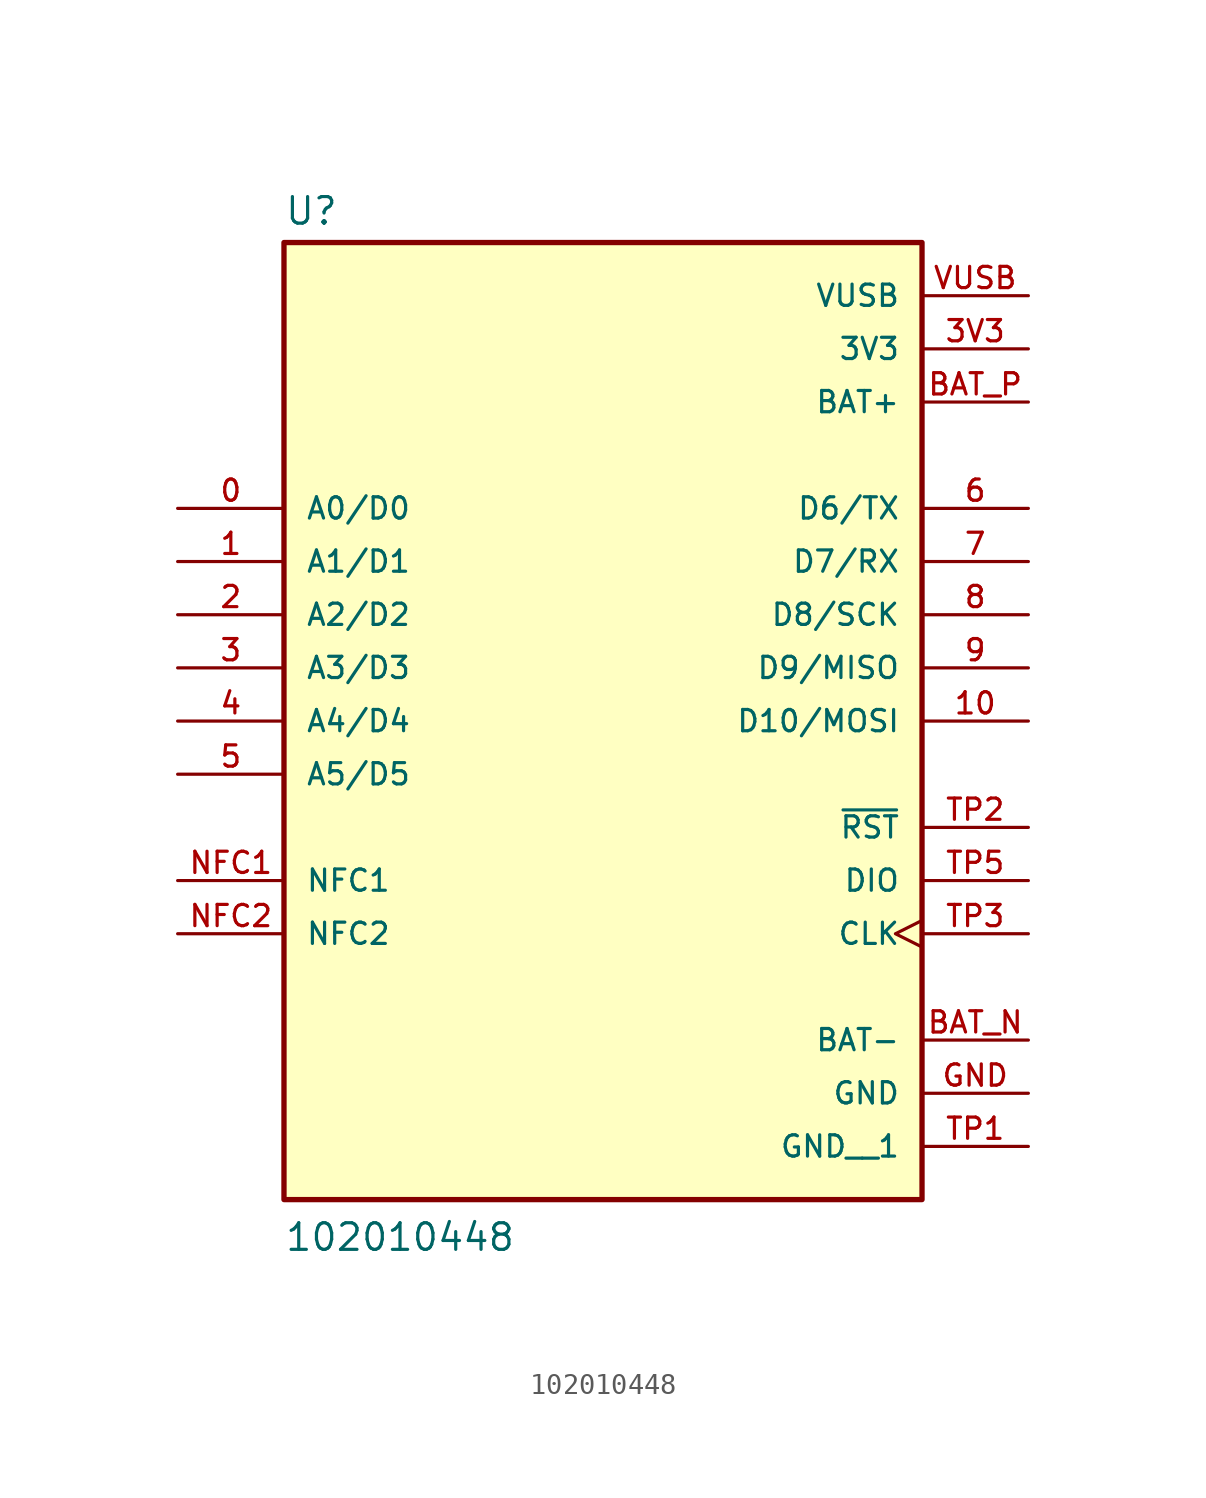
<source format=kicad_sym>
(kicad_symbol_lib
  (version 20211014)
  (generator kicad_symbol_editor)
  (symbol "102010448"
    (pin_names
      (offset 1.016))
    (property "Reference" "U"
      (at -15.24 23.622 0)
      (effects (font (size 1.27 1.27)) (justify bottom left)))
    (property "Value" "102010448"
      (at -15.24 -25.4 0)
      (effects (font (size 1.27 1.27)) (justify bottom left)))
    (symbol "102010448_0_0"
      (rectangle (start -15.24 -22.86) (end 15.24 22.86) (stroke (width 0.254)) (fill (type background)))
      (pin bidirectional line (at -20.32 10.16 0) (length 5.08) (name "A0/D0" (effects (font (size 1.016 1.016)))) (number "0" (effects (font (size 1.016 1.016)))))
      (pin bidirectional line (at -20.32 7.62 0) (length 5.08) (name "A1/D1" (effects (font (size 1.016 1.016)))) (number "1" (effects (font (size 1.016 1.016)))))
      (pin bidirectional line (at -20.32 5.08 0) (length 5.08) (name "A2/D2" (effects (font (size 1.016 1.016)))) (number "2" (effects (font (size 1.016 1.016)))))
      (pin bidirectional line (at -20.32 2.54 0) (length 5.08) (name "A3/D3" (effects (font (size 1.016 1.016)))) (number "3" (effects (font (size 1.016 1.016)))))
      (pin bidirectional line (at -20.32 0.0 0) (length 5.08) (name "A4/D4" (effects (font (size 1.016 1.016)))) (number "4" (effects (font (size 1.016 1.016)))))
      (pin bidirectional line (at -20.32 -2.54 0) (length 5.08) (name "A5/D5" (effects (font (size 1.016 1.016)))) (number "5" (effects (font (size 1.016 1.016)))))
      (pin bidirectional line (at 20.32 10.16 180.0) (length 5.08) (name "D6/TX" (effects (font (size 1.016 1.016)))) (number "6" (effects (font (size 1.016 1.016)))))
      (pin bidirectional line (at 20.32 7.62 180.0) (length 5.08) (name "D7/RX" (effects (font (size 1.016 1.016)))) (number "7" (effects (font (size 1.016 1.016)))))
      (pin bidirectional line (at 20.32 5.08 180.0) (length 5.08) (name "D8/SCK" (effects (font (size 1.016 1.016)))) (number "8" (effects (font (size 1.016 1.016)))))
      (pin bidirectional line (at 20.32 2.54 180.0) (length 5.08) (name "D9/MISO" (effects (font (size 1.016 1.016)))) (number "9" (effects (font (size 1.016 1.016)))))
      (pin bidirectional line (at 20.32 0.0 180.0) (length 5.08) (name "D10/MOSI" (effects (font (size 1.016 1.016)))) (number "10" (effects (font (size 1.016 1.016)))))
      (pin power_in line (at 20.32 17.78 180.0) (length 5.08) (name "3V3" (effects (font (size 1.016 1.016)))) (number "3V3" (effects (font (size 1.016 1.016)))))
      (pin power_in line (at 20.32 -17.78 180.0) (length 5.08) (name "GND" (effects (font (size 1.016 1.016)))) (number "GND" (effects (font (size 1.016 1.016)))))
      (pin power_in line (at 20.32 20.32 180.0) (length 5.08) (name "VUSB" (effects (font (size 1.016 1.016)))) (number "VUSB" (effects (font (size 1.016 1.016)))))
      (pin power_in line (at 20.32 15.24 180.0) (length 5.08) (name "BAT+" (effects (font (size 1.016 1.016)))) (number "BAT_P" (effects (font (size 1.016 1.016)))))
      (pin power_in line (at 20.32 -15.24 180.0) (length 5.08) (name "BAT-" (effects (font (size 1.016 1.016)))) (number "BAT_N" (effects (font (size 1.016 1.016)))))
      (pin bidirectional line (at -20.32 -7.62 0) (length 5.08) (name "NFC1" (effects (font (size 1.016 1.016)))) (number "NFC1" (effects (font (size 1.016 1.016)))))
      (pin input line (at 20.32 -5.08 180.0) (length 5.08) (name "~{RST}" (effects (font (size 1.016 1.016)))) (number "TP2" (effects (font (size 1.016 1.016)))))
      (pin bidirectional line (at 20.32 -7.62 180.0) (length 5.08) (name "DIO" (effects (font (size 1.016 1.016)))) (number "TP5" (effects (font (size 1.016 1.016)))))
      (pin input clock (at 20.32 -10.16 180.0) (length 5.08) (name "CLK" (effects (font (size 1.016 1.016)))) (number "TP3" (effects (font (size 1.016 1.016)))))
      (pin bidirectional line (at -20.32 -10.16 0) (length 5.08) (name "NFC2" (effects (font (size 1.016 1.016)))) (number "NFC2" (effects (font (size 1.016 1.016)))))
      (pin power_in line (at 20.32 -20.32 180.0) (length 5.08) (name "GND__1" (effects (font (size 1.016 1.016)))) (number "TP1" (effects (font (size 1.016 1.016))))))))
</source>
